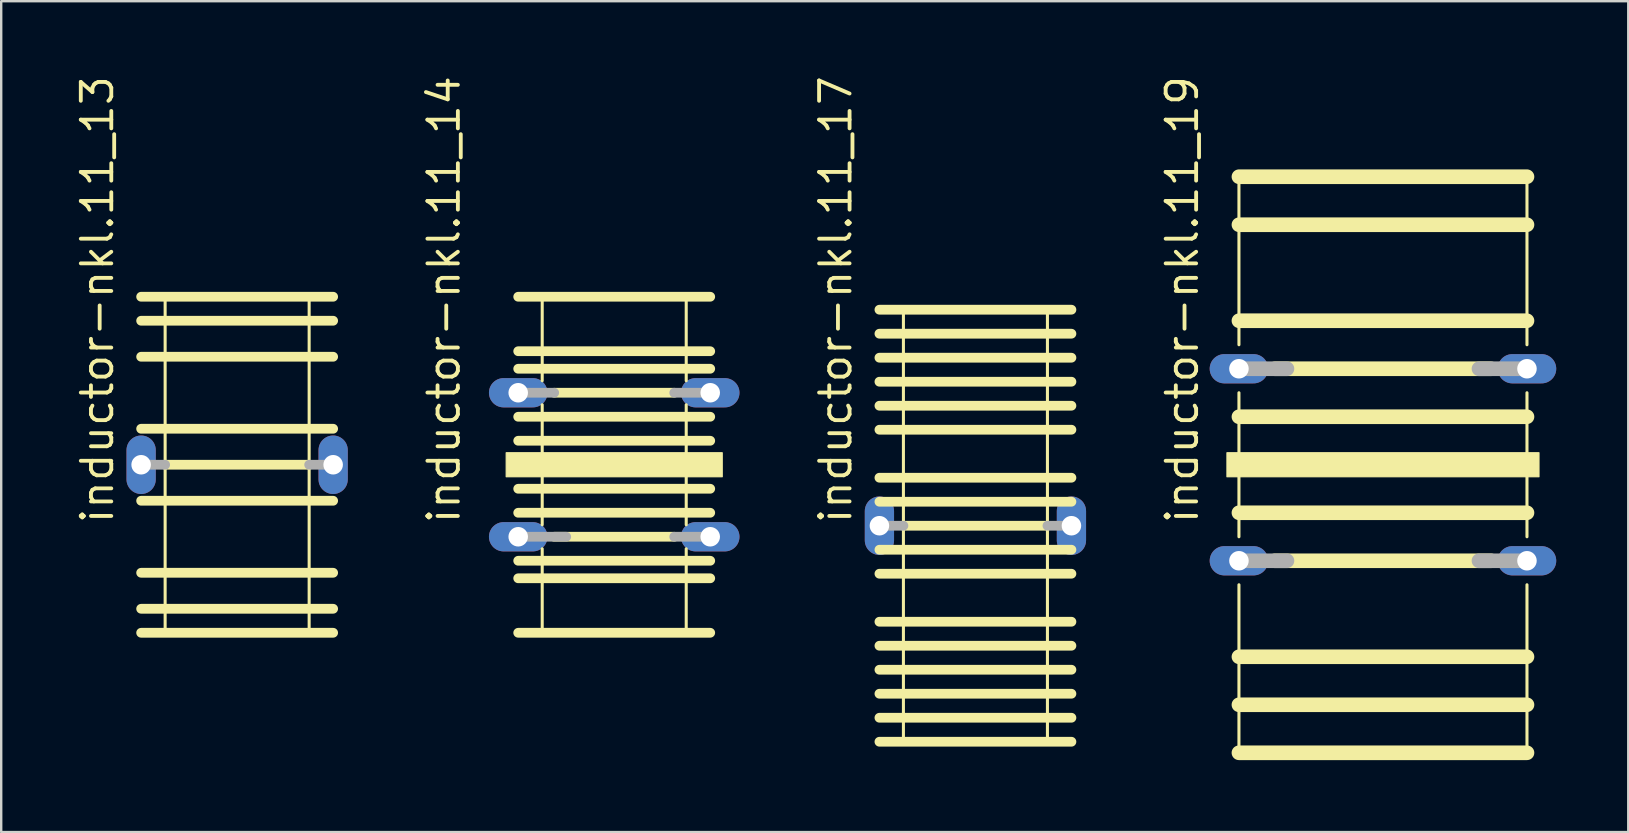
<source format=kicad_pcb>
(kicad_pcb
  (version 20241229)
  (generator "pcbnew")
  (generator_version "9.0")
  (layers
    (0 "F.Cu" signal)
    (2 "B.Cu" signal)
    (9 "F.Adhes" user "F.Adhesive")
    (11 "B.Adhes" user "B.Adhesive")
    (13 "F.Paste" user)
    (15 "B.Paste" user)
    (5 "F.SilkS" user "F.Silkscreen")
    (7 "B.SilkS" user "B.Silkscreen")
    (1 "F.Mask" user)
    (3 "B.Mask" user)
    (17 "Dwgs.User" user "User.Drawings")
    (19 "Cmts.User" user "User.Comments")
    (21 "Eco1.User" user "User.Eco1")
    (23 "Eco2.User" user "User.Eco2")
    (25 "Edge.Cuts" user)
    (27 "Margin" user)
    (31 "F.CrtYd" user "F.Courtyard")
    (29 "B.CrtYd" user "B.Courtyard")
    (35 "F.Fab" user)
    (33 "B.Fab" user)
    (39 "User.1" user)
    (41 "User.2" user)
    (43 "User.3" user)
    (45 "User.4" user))
  (footprint "inductor-nkl.11_14"
    (layer "F.Cu")
    (at 22.54 16.313)
    (property "Reference" "inductor-nkl.11_14" (at -6.35 2.54 90) (layer "F.SilkS") (effects (font (size 1.27 1.27) (thickness 0.16)) (justify left bottom)))
    (attr through_hole)
    (fp_line (start -4 -7) (end 4 -7) (stroke (width 0.406) (type default)) (layer "F.SilkS"))
    (fp_line (start -4 -4.73) (end 4 -4.73) (stroke (width 0.406) (type default)) (layer "F.SilkS"))
    (fp_line (start -4 -4) (end 4 -4) (stroke (width 0.406) (type default)) (layer "F.SilkS"))
    (fp_line (start -4 -2) (end 4 -2) (stroke (width 0.406) (type default)) (layer "F.SilkS"))
    (fp_line (start -4 -1) (end 4 -1) (stroke (width 0.406) (type default)) (layer "F.SilkS"))
    (fp_line (start -4 1) (end 4 1) (stroke (width 0.406) (type default)) (layer "F.SilkS"))
    (fp_line (start -4 2) (end 4 2) (stroke (width 0.406) (type default)) (layer "F.SilkS"))
    (fp_line (start -4 4) (end 4 4) (stroke (width 0.406) (type default)) (layer "F.SilkS"))
    (fp_line (start -4 4.73) (end 4 4.73) (stroke (width 0.406) (type default)) (layer "F.SilkS"))
    (fp_line (start -4 7) (end 4 7) (stroke (width 0.406) (type default)) (layer "F.SilkS"))
    (fp_line (start -3 -7) (end 3 -7) (stroke (width 0.127) (type default)) (layer "F.SilkS"))
    (fp_line (start -3 -3.5) (end -3 -7) (stroke (width 0.127) (type default)) (layer "F.SilkS"))
    (fp_line (start -3 2.5) (end -3 -2.5) (stroke (width 0.127) (type default)) (layer "F.SilkS"))
    (fp_line (start -3 3.5) (end -3 7) (stroke (width 0.127) (type default)) (layer "F.SilkS"))
    (fp_line (start -3 7) (end 3 7) (stroke (width 0.127) (type default)) (layer "F.SilkS"))
    (fp_line (start -2.5 -3) (end 2.5 -3) (stroke (width 0.406) (type default)) (layer "F.SilkS"))
    (fp_line (start -2.5 3) (end 2.5 3) (stroke (width 0.406) (type default)) (layer "F.SilkS"))
    (fp_line (start 3 -7) (end 3 -3.5) (stroke (width 0.127) (type default)) (layer "F.SilkS"))
    (fp_line (start 3 -2.5) (end 3 2.5) (stroke (width 0.127) (type default)) (layer "F.SilkS"))
    (fp_line (start 3 7) (end 3 3.5) (stroke (width 0.127) (type default)) (layer "F.SilkS"))
    (fp_rect (start -4.5 0.5) (end 4.5 -0.5) (stroke (width 0.05) (type default)) (fill yes) (layer "F.SilkS"))
    (fp_line (start -4 -3) (end -2.5 -3) (stroke (width 0.406) (type default)) (layer "F.Fab"))
    (fp_line (start -4 3) (end -2 3) (stroke (width 0.406) (type default)) (layer "F.Fab"))
    (fp_line (start 2.5 -3) (end 4 -3) (stroke (width 0.406) (type default)) (layer "F.Fab"))
    (fp_line (start 2.5 3) (end 4 3) (stroke (width 0.406) (type default)) (layer "F.Fab"))
    (pad "1" thru_hole oval (at -4 3) (size 2.438 1.219) (drill 0.813) (layers "*.Cu" "*.Mask"))
    (pad "2" thru_hole oval (at 4 3) (size 2.438 1.219) (drill 0.813) (layers "*.Cu" "*.Mask"))
    (pad "3" thru_hole oval (at -4 -3) (size 2.438 1.219) (drill 0.813) (layers "*.Cu" "*.Mask"))
    (pad "4" thru_hole oval (at 4 -3) (size 2.438 1.219) (drill 0.813) (layers "*.Cu" "*.Mask")))
  (footprint "inductor-nkl.11_13"
    (layer "F.Cu")
    (at 6.83 16.313)
    (property "Reference" "inductor-nkl.11_13" (at -5.08 2.54 90) (layer "F.SilkS") (effects (font (size 1.27 1.27) (thickness 0.16)) (justify left bottom)))
    (attr through_hole)
    (fp_line (start -4 -7) (end 4 -7) (stroke (width 0.406) (type default)) (layer "F.SilkS"))
    (fp_line (start -4 -6) (end 4 -6) (stroke (width 0.406) (type default)) (layer "F.SilkS"))
    (fp_line (start -4 -4.5) (end 4 -4.5) (stroke (width 0.406) (type default)) (layer "F.SilkS"))
    (fp_line (start -4 -1.5) (end 4 -1.5) (stroke (width 0.406) (type default)) (layer "F.SilkS"))
    (fp_line (start -4 1.5) (end 4 1.5) (stroke (width 0.406) (type default)) (layer "F.SilkS"))
    (fp_line (start -4 4.5) (end 4 4.5) (stroke (width 0.406) (type default)) (layer "F.SilkS"))
    (fp_line (start -4 6) (end 4 6) (stroke (width 0.406) (type default)) (layer "F.SilkS"))
    (fp_line (start -4 7) (end 4 7) (stroke (width 0.406) (type default)) (layer "F.SilkS"))
    (fp_line (start -3 -7) (end -3 0) (stroke (width 0.127) (type default)) (layer "F.SilkS"))
    (fp_line (start -3 0) (end -3 7) (stroke (width 0.127) (type default)) (layer "F.SilkS"))
    (fp_line (start -3 0) (end 3 0) (stroke (width 0.406) (type default)) (layer "F.SilkS"))
    (fp_line (start -3 7) (end 3 7) (stroke (width 0.127) (type default)) (layer "F.SilkS"))
    (fp_line (start 3 -7) (end -3 -7) (stroke (width 0.127) (type default)) (layer "F.SilkS"))
    (fp_line (start 3 0) (end 3 -7) (stroke (width 0.127) (type default)) (layer "F.SilkS"))
    (fp_line (start 3 7) (end 3 0) (stroke (width 0.127) (type default)) (layer "F.SilkS"))
    (fp_line (start -4 0) (end -3 0) (stroke (width 0.406) (type default)) (layer "F.Fab"))
    (fp_line (start 3 0) (end 4 0) (stroke (width 0.406) (type default)) (layer "F.Fab"))
    (pad "1" thru_hole oval (at -4 0 90) (size 2.438 1.219) (drill 0.813) (layers "*.Cu" "*.Mask"))
    (pad "2" thru_hole oval (at 4 0 90) (size 2.438 1.219) (drill 0.813) (layers "*.Cu" "*.Mask")))
  (footprint "inductor-nkl.11_17"
    (layer "F.Cu")
    (at 37.589 18.853)
    (property "Reference" "inductor-nkl.11_17" (at -5.08 0 90) (layer "F.SilkS") (effects (font (size 1.27 1.27) (thickness 0.16)) (justify left bottom)))
    (attr through_hole)
    (fp_line (start -4 -9) (end 4 -9) (stroke (width 0.406) (type default)) (layer "F.SilkS"))
    (fp_line (start -4 -8) (end 4 -8) (stroke (width 0.406) (type default)) (layer "F.SilkS"))
    (fp_line (start -4 -7) (end 4 -7) (stroke (width 0.406) (type default)) (layer "F.SilkS"))
    (fp_line (start -4 -6) (end 4 -6) (stroke (width 0.406) (type default)) (layer "F.SilkS"))
    (fp_line (start -4 -5) (end 4 -5) (stroke (width 0.406) (type default)) (layer "F.SilkS"))
    (fp_line (start -4 -4) (end 4 -4) (stroke (width 0.406) (type default)) (layer "F.SilkS"))
    (fp_line (start -4 -2) (end 4 -2) (stroke (width 0.406) (type default)) (layer "F.SilkS"))
    (fp_line (start -4 -1) (end 4 -1) (stroke (width 0.406) (type default)) (layer "F.SilkS"))
    (fp_line (start -4 1) (end 4 1) (stroke (width 0.406) (type default)) (layer "F.SilkS"))
    (fp_line (start -4 2) (end 4 2) (stroke (width 0.406) (type default)) (layer "F.SilkS"))
    (fp_line (start -4 4) (end 4 4) (stroke (width 0.406) (type default)) (layer "F.SilkS"))
    (fp_line (start -4 5) (end 4 5) (stroke (width 0.406) (type default)) (layer "F.SilkS"))
    (fp_line (start -4 6) (end 4 6) (stroke (width 0.406) (type default)) (layer "F.SilkS"))
    (fp_line (start -4 7) (end 4 7) (stroke (width 0.406) (type default)) (layer "F.SilkS"))
    (fp_line (start -4 8) (end 4 8) (stroke (width 0.406) (type default)) (layer "F.SilkS"))
    (fp_line (start -4 9) (end 4 9) (stroke (width 0.406) (type default)) (layer "F.SilkS"))
    (fp_line (start -3 -9) (end 3 -9) (stroke (width 0.127) (type default)) (layer "F.SilkS"))
    (fp_line (start -3 0) (end -3 -9) (stroke (width 0.127) (type default)) (layer "F.SilkS"))
    (fp_line (start -3 0) (end 3 0) (stroke (width 0.406) (type default)) (layer "F.SilkS"))
    (fp_line (start -3 9) (end -3 0) (stroke (width 0.127) (type default)) (layer "F.SilkS"))
    (fp_line (start 3 -9) (end 3 0) (stroke (width 0.127) (type default)) (layer "F.SilkS"))
    (fp_line (start 3 0) (end 3 9) (stroke (width 0.127) (type default)) (layer "F.SilkS"))
    (fp_line (start 3 9) (end -3 9) (stroke (width 0.127) (type default)) (layer "F.SilkS"))
    (fp_line (start -4 0) (end -3 0) (stroke (width 0.406) (type default)) (layer "F.Fab"))
    (fp_line (start 3 0) (end 4 0) (stroke (width 0.406) (type default)) (layer "F.Fab"))
    (pad "1" thru_hole oval (at -4 0 90) (size 2.438 1.219) (drill 0.813) (layers "*.Cu" "*.Mask"))
    (pad "2" thru_hole oval (at 4 0 90) (size 2.438 1.219) (drill 0.813) (layers "*.Cu" "*.Mask")))
  (footprint "inductor-nkl.11_19"
    (layer "F.Cu")
    (at 54.568 16.313)
    (property "Reference" "inductor-nkl.11_19" (at -7.62 2.54 90) (layer "F.SilkS") (effects (font (size 1.27 1.27) (thickness 0.16)) (justify left bottom)))
    (attr through_hole)
    (fp_line (start -6 -12) (end 6 -12) (stroke (width 0.61) (type default)) (layer "F.SilkS"))
    (fp_line (start -6 -10) (end -6 -12) (stroke (width 0.127) (type default)) (layer "F.SilkS"))
    (fp_line (start -6 -10) (end 6 -10) (stroke (width 0.61) (type default)) (layer "F.SilkS"))
    (fp_line (start -6 -6) (end -6 -10) (stroke (width 0.127) (type default)) (layer "F.SilkS"))
    (fp_line (start -6 -6) (end 6 -6) (stroke (width 0.61) (type default)) (layer "F.SilkS"))
    (fp_line (start -6 -5) (end -6 -6) (stroke (width 0.127) (type default)) (layer "F.SilkS"))
    (fp_line (start -6 -2) (end -6 -3) (stroke (width 0.127) (type default)) (layer "F.SilkS"))
    (fp_line (start -6 -2) (end 6 -2) (stroke (width 0.61) (type default)) (layer "F.SilkS"))
    (fp_line (start -6 2) (end -6 -2) (stroke (width 0.127) (type default)) (layer "F.SilkS"))
    (fp_line (start -6 2) (end 6 2) (stroke (width 0.61) (type default)) (layer "F.SilkS"))
    (fp_line (start -6 3) (end -6 2) (stroke (width 0.127) (type default)) (layer "F.SilkS"))
    (fp_line (start -6 8) (end -6 5) (stroke (width 0.127) (type default)) (layer "F.SilkS"))
    (fp_line (start -6 10) (end -6 8) (stroke (width 0.127) (type default)) (layer "F.SilkS"))
    (fp_line (start -6 10) (end 6 10) (stroke (width 0.61) (type default)) (layer "F.SilkS"))
    (fp_line (start -6 12) (end -6 10) (stroke (width 0.127) (type default)) (layer "F.SilkS"))
    (fp_line (start -4.5 -4) (end 4.5 -4) (stroke (width 0.61) (type default)) (layer "F.SilkS"))
    (fp_line (start -4.5 4) (end 4.5 4) (stroke (width 0.61) (type default)) (layer "F.SilkS"))
    (fp_line (start 6 -12) (end 6 -10) (stroke (width 0.127) (type default)) (layer "F.SilkS"))
    (fp_line (start 6 -10) (end 6 -6) (stroke (width 0.127) (type default)) (layer "F.SilkS"))
    (fp_line (start 6 -6) (end 6 -5) (stroke (width 0.127) (type default)) (layer "F.SilkS"))
    (fp_line (start 6 -3) (end 6 -2) (stroke (width 0.127) (type default)) (layer "F.SilkS"))
    (fp_line (start 6 -2) (end 6 2) (stroke (width 0.127) (type default)) (layer "F.SilkS"))
    (fp_line (start 6 2) (end 6 3) (stroke (width 0.127) (type default)) (layer "F.SilkS"))
    (fp_line (start 6 5) (end 6 8) (stroke (width 0.127) (type default)) (layer "F.SilkS"))
    (fp_line (start 6 8) (end -6 8) (stroke (width 0.61) (type default)) (layer "F.SilkS"))
    (fp_line (start 6 8) (end 6 10) (stroke (width 0.127) (type default)) (layer "F.SilkS"))
    (fp_line (start 6 10) (end 6 12) (stroke (width 0.127) (type default)) (layer "F.SilkS"))
    (fp_line (start 6 12) (end -6 12) (stroke (width 0.61) (type default)) (layer "F.SilkS"))
    (fp_rect (start -6.5 0.5) (end 6.5 -0.5) (stroke (width 0.05) (type default)) (fill yes) (layer "F.SilkS"))
    (fp_line (start -6 -4) (end -4 -4) (stroke (width 0.61) (type default)) (layer "F.Fab"))
    (fp_line (start -6 4) (end -4 4) (stroke (width 0.61) (type default)) (layer "F.Fab"))
    (fp_line (start 4 -4) (end 6 -4) (stroke (width 0.61) (type default)) (layer "F.Fab"))
    (fp_line (start 6 4) (end 4 4) (stroke (width 0.61) (type default)) (layer "F.Fab"))
    (pad "1" thru_hole oval (at -6 4) (size 2.438 1.219) (drill 0.813) (layers "*.Cu" "*.Mask"))
    (pad "2" thru_hole oval (at 6 4) (size 2.438 1.219) (drill 0.813) (layers "*.Cu" "*.Mask"))
    (pad "3" thru_hole oval (at -6 -4) (size 2.438 1.219) (drill 0.813) (layers "*.Cu" "*.Mask"))
    (pad "4" thru_hole oval (at 6 -4) (size 2.438 1.219) (drill 0.813) (layers "*.Cu" "*.Mask")))
  (gr_rect
    (start -3 -3)
    (end 64.788 31.617)
    (stroke (width 0.1) (type default))
    (fill no)
    (layer "Edge.Cuts")))
</source>
